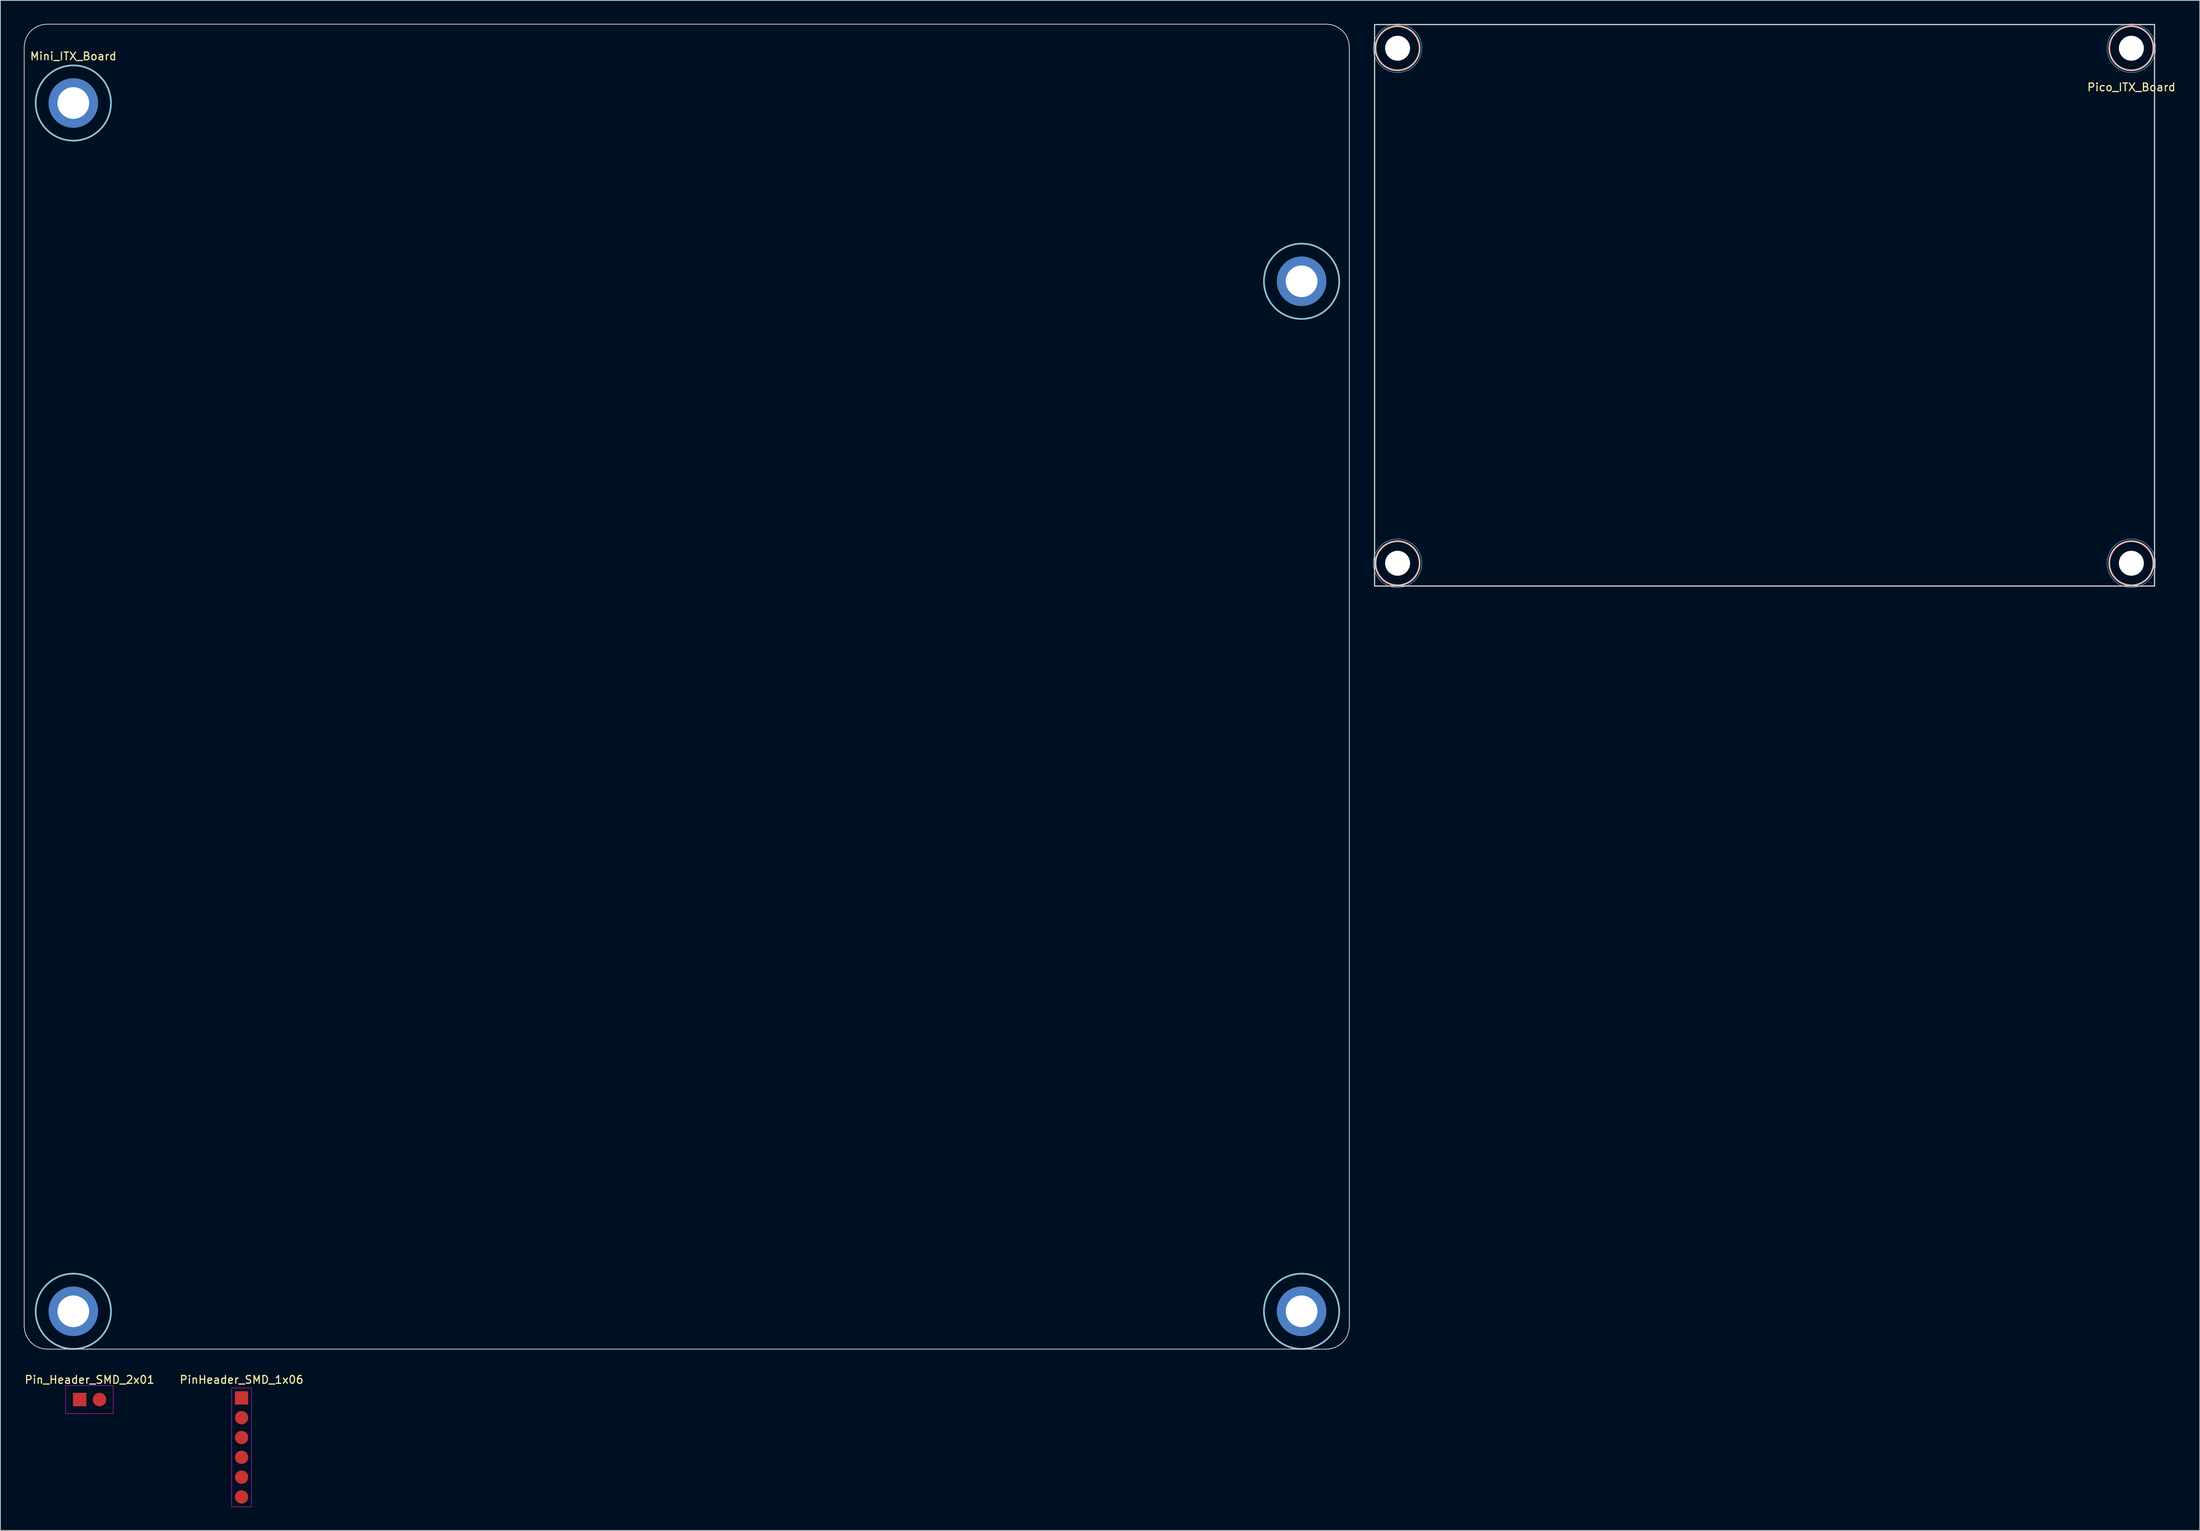
<source format=kicad_pcb>
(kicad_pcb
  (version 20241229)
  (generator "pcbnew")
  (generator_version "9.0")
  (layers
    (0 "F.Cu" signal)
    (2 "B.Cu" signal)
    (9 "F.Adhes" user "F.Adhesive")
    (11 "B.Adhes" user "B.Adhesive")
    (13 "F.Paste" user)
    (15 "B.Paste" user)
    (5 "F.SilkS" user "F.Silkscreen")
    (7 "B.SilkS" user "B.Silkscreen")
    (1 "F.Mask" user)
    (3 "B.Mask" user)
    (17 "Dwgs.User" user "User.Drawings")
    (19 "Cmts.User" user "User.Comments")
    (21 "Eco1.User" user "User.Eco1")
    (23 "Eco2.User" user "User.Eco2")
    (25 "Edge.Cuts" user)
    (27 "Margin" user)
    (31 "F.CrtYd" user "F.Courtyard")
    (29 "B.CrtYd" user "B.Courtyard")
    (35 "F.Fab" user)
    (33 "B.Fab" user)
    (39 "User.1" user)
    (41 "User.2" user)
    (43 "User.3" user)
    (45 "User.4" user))
  (footprint "Mini_ITX_Board"
    (layer "F.Cu")
    (at 6.35 10.16)
    (property "Reference" "Mini_ITX_Board" (at 0 -6 0) (layer "F.SilkS") (effects (font (size 1 1) (thickness 0.15))))
    (attr through_hole)
    (fp_circle (center 0 0) (end 4.826 0) (stroke (width 0.2) (type solid)) (fill no) (layer "F.SilkS"))
    (fp_circle (center 0 154.94) (end 0 159.766) (stroke (width 0.2) (type solid)) (fill no) (layer "F.SilkS"))
    (fp_circle (center 157.48 22.86) (end 157.48 27.686) (stroke (width 0.2) (type solid)) (fill no) (layer "F.SilkS"))
    (fp_circle (center 157.48 154.94) (end 157.48 159.766) (stroke (width 0.2) (type solid)) (fill no) (layer "F.SilkS"))
    (fp_circle (center 0 0) (end 4.826 0) (stroke (width 0.2) (type solid)) (fill no) (layer "B.SilkS"))
    (fp_circle (center 0 154.94) (end 0 159.766) (stroke (width 0.2) (type solid)) (fill no) (layer "B.SilkS"))
    (fp_circle (center 157.48 22.86) (end 157.48 27.686) (stroke (width 0.2) (type solid)) (fill no) (layer "B.SilkS"))
    (fp_circle (center 157.48 154.94) (end 157.48 159.766) (stroke (width 0.2) (type solid)) (fill no) (layer "B.SilkS"))
    (fp_line (start -6.3 -7.16) (end -6.241 -7.756) (stroke (width 0.1) (type solid)) (layer "Edge.Cuts"))
    (fp_line (start -6.3 156.84) (end -6.3 -7.16) (stroke (width 0.1) (type solid)) (layer "Edge.Cuts"))
    (fp_line (start -6.241 -7.756) (end -6.069 -8.311) (stroke (width 0.1) (type solid)) (layer "Edge.Cuts"))
    (fp_line (start -6.241 157.436) (end -6.3 156.84) (stroke (width 0.1) (type solid)) (layer "Edge.Cuts"))
    (fp_line (start -6.069 -8.311) (end -5.798 -8.812) (stroke (width 0.1) (type solid)) (layer "Edge.Cuts"))
    (fp_line (start -6.069 157.991) (end -6.241 157.436) (stroke (width 0.1) (type solid)) (layer "Edge.Cuts"))
    (fp_line (start -5.798 -8.812) (end -5.438 -9.248) (stroke (width 0.1) (type solid)) (layer "Edge.Cuts"))
    (fp_line (start -5.798 158.492) (end -6.069 157.991) (stroke (width 0.1) (type solid)) (layer "Edge.Cuts"))
    (fp_line (start -5.438 -9.248) (end -5.002 -9.608) (stroke (width 0.1) (type solid)) (layer "Edge.Cuts"))
    (fp_line (start -5.438 158.928) (end -5.798 158.492) (stroke (width 0.1) (type solid)) (layer "Edge.Cuts"))
    (fp_line (start -5.002 -9.608) (end -4.501 -9.879) (stroke (width 0.1) (type solid)) (layer "Edge.Cuts"))
    (fp_line (start -5.002 159.288) (end -5.438 158.928) (stroke (width 0.1) (type solid)) (layer "Edge.Cuts"))
    (fp_line (start -4.501 -9.879) (end -3.946 -10.051) (stroke (width 0.1) (type solid)) (layer "Edge.Cuts"))
    (fp_line (start -4.501 159.559) (end -5.002 159.288) (stroke (width 0.1) (type solid)) (layer "Edge.Cuts"))
    (fp_line (start -3.946 -10.051) (end -3.35 -10.11) (stroke (width 0.1) (type solid)) (layer "Edge.Cuts"))
    (fp_line (start -3.946 159.731) (end -4.501 159.559) (stroke (width 0.1) (type solid)) (layer "Edge.Cuts"))
    (fp_line (start -3.35 -10.11) (end 160.65 -10.11) (stroke (width 0.1) (type solid)) (layer "Edge.Cuts"))
    (fp_line (start -3.35 159.79) (end -3.946 159.731) (stroke (width 0.1) (type solid)) (layer "Edge.Cuts"))
    (fp_line (start 160.65 -10.11) (end 161.246 -10.051) (stroke (width 0.1) (type solid)) (layer "Edge.Cuts"))
    (fp_line (start 160.65 159.79) (end -3.35 159.79) (stroke (width 0.1) (type solid)) (layer "Edge.Cuts"))
    (fp_line (start 161.246 -10.051) (end 161.801 -9.879) (stroke (width 0.1) (type solid)) (layer "Edge.Cuts"))
    (fp_line (start 161.246 159.731) (end 160.65 159.79) (stroke (width 0.1) (type solid)) (layer "Edge.Cuts"))
    (fp_line (start 161.801 -9.879) (end 162.302 -9.608) (stroke (width 0.1) (type solid)) (layer "Edge.Cuts"))
    (fp_line (start 161.801 159.559) (end 161.246 159.731) (stroke (width 0.1) (type solid)) (layer "Edge.Cuts"))
    (fp_line (start 162.302 -9.608) (end 162.738 -9.248) (stroke (width 0.1) (type solid)) (layer "Edge.Cuts"))
    (fp_line (start 162.302 159.288) (end 161.801 159.559) (stroke (width 0.1) (type solid)) (layer "Edge.Cuts"))
    (fp_line (start 162.738 -9.248) (end 163.098 -8.812) (stroke (width 0.1) (type solid)) (layer "Edge.Cuts"))
    (fp_line (start 162.738 158.928) (end 162.302 159.288) (stroke (width 0.1) (type solid)) (layer "Edge.Cuts"))
    (fp_line (start 163.098 -8.812) (end 163.369 -8.311) (stroke (width 0.1) (type solid)) (layer "Edge.Cuts"))
    (fp_line (start 163.098 158.492) (end 162.738 158.928) (stroke (width 0.1) (type solid)) (layer "Edge.Cuts"))
    (fp_line (start 163.369 -8.311) (end 163.541 -7.756) (stroke (width 0.1) (type solid)) (layer "Edge.Cuts"))
    (fp_line (start 163.369 157.991) (end 163.098 158.492) (stroke (width 0.1) (type solid)) (layer "Edge.Cuts"))
    (fp_line (start 163.541 -7.756) (end 163.6 -7.16) (stroke (width 0.1) (type solid)) (layer "Edge.Cuts"))
    (fp_line (start 163.541 157.436) (end 163.369 157.991) (stroke (width 0.1) (type solid)) (layer "Edge.Cuts"))
    (fp_line (start 163.6 -7.16) (end 163.6 156.84) (stroke (width 0.1) (type solid)) (layer "Edge.Cuts"))
    (fp_line (start 163.6 156.84) (end 163.541 157.436) (stroke (width 0.1) (type solid)) (layer "Edge.Cuts"))
    (fp_circle (center 0 0) (end 4.826 0) (stroke (width 0.1) (type solid)) (fill no) (layer "B.CrtYd"))
    (fp_circle (center 0 154.94) (end 0 159.766) (stroke (width 0.1) (type solid)) (fill no) (layer "B.CrtYd"))
    (fp_circle (center 157.48 22.86) (end 157.48 27.686) (stroke (width 0.1) (type solid)) (fill no) (layer "B.CrtYd"))
    (fp_circle (center 157.48 154.94) (end 157.48 159.766) (stroke (width 0.1) (type solid)) (fill no) (layer "B.CrtYd"))
    (fp_circle (center 0 0) (end 4.826 0) (stroke (width 0.1) (type solid)) (fill no) (layer "F.CrtYd"))
    (fp_circle (center 0 154.94) (end 0 159.766) (stroke (width 0.1) (type solid)) (fill no) (layer "F.CrtYd"))
    (fp_circle (center 157.48 22.86) (end 157.48 27.686) (stroke (width 0.1) (type solid)) (fill no) (layer "F.CrtYd"))
    (fp_circle (center 157.48 154.94) (end 157.48 159.766) (stroke (width 0.1) (type solid)) (fill no) (layer "F.CrtYd"))
    (pad "" np_thru_hole circle (at 0 0) (size 6.35 6.35) (drill 4.064) (layers "*.Cu" "*.Mask"))
    (pad "" np_thru_hole circle (at 0 154.94) (size 6.35 6.35) (drill 4.064) (layers "*.Cu" "*.Mask"))
    (pad "" np_thru_hole circle (at 157.48 22.86) (size 6.35 6.35) (drill 4.064) (layers "*.Cu" "*.Mask"))
    (pad "" np_thru_hole circle (at 157.48 154.94) (size 6.35 6.35) (drill 4.064) (layers "*.Cu" "*.Mask")))
  (footprint "Pico_ITX_Board"
    (layer "F.Cu")
    (at 270.217 3.136)
    (property "Reference" "Pico_ITX_Board" (at 0 5 0) (layer "F.SilkS") (effects (font (size 1 1) (thickness 0.15))))
    (attr through_hole)
    (fp_circle (center -94.08 0) (end -92.08 2) (stroke (width 0.2) (type solid)) (fill no) (layer "F.SilkS"))
    (fp_circle (center -94.08 66.04) (end -92.08 68.04) (stroke (width 0.2) (type solid)) (fill no) (layer "F.SilkS"))
    (fp_circle (center 0 0) (end 2 2) (stroke (width 0.2) (type solid)) (fill no) (layer "F.SilkS"))
    (fp_circle (center 0 66.04) (end 2 68.04) (stroke (width 0.2) (type solid)) (fill no) (layer "F.SilkS"))
    (fp_circle (center -94.08 0) (end -92.08 2) (stroke (width 0.2) (type solid)) (fill no) (layer "B.SilkS"))
    (fp_circle (center -94.08 66.04) (end -92.08 68.04) (stroke (width 0.2) (type solid)) (fill no) (layer "B.SilkS"))
    (fp_circle (center 0 0) (end 2 2) (stroke (width 0.2) (type solid)) (fill no) (layer "B.SilkS"))
    (fp_circle (center 0 66.04) (end 2 68.04) (stroke (width 0.2) (type solid)) (fill no) (layer "B.SilkS"))
    (fp_line (start -97.03 -3.04) (end 2.97 -3.04) (stroke (width 0.15) (type solid)) (layer "Edge.Cuts"))
    (fp_line (start -97.03 68.96) (end -97.03 -3.04) (stroke (width 0.15) (type solid)) (layer "Edge.Cuts"))
    (fp_line (start 2.97 -3.04) (end 2.97 68.96) (stroke (width 0.15) (type solid)) (layer "Edge.Cuts"))
    (fp_line (start 2.97 68.96) (end -97.03 68.96) (stroke (width 0.15) (type solid)) (layer "Edge.Cuts"))
    (fp_circle (center -94.08 0) (end -91.88 2.2) (stroke (width 0.05) (type solid)) (fill no) (layer "B.CrtYd"))
    (fp_circle (center -94.08 66.04) (end -91.88 68.24) (stroke (width 0.05) (type solid)) (fill no) (layer "B.CrtYd"))
    (fp_circle (center 0 0) (end 2.2 2.2) (stroke (width 0.05) (type solid)) (fill no) (layer "B.CrtYd"))
    (fp_circle (center 0 66.04) (end 2.2 68.24) (stroke (width 0.05) (type solid)) (fill no) (layer "B.CrtYd"))
    (fp_circle (center -94.08 0) (end -91.88 2.2) (stroke (width 0.05) (type solid)) (fill no) (layer "F.CrtYd"))
    (fp_circle (center -94.08 66.04) (end -91.88 68.24) (stroke (width 0.05) (type solid)) (fill no) (layer "F.CrtYd"))
    (fp_circle (center 0 0) (end 2.2 2.2) (stroke (width 0.05) (type solid)) (fill no) (layer "F.CrtYd"))
    (fp_circle (center 0 66.04) (end 2.2 68.24) (stroke (width 0.05) (type solid)) (fill no) (layer "F.CrtYd"))
    (pad "" np_thru_hole circle (at -94.08 0 90) (size 3.2 3.2) (drill 3.2) (layers "*.Cu" "*.Mask"))
    (pad "" np_thru_hole circle (at -94.08 66.04 90) (size 3.2 3.2) (drill 3.2) (layers "*.Cu" "*.Mask"))
    (pad "" np_thru_hole circle (at 0 0 90) (size 3.2 3.2) (drill 3.2) (layers "*.Cu" "*.Mask"))
    (pad "" np_thru_hole circle (at 0 66.04 90) (size 3.2 3.2) (drill 3.2) (layers "*.Cu" "*.Mask")))
  (footprint "Pin_Header_SMD_2x01"
    (layer "F.Cu")
    (at 7.165 176.415)
    (property "Reference" "Pin_Header_SMD_2x01" (at 1.27 -2.54 0) (layer "F.SilkS") (effects (font (size 1 1) (thickness 0.15))))
    (attr through_hole)
    (fp_line (start -1.8 -1.8) (end -1.8 1.8) (stroke (width 0.05) (type solid)) (layer "F.CrtYd"))
    (fp_line (start -1.8 -1.8) (end 4.3 -1.8) (stroke (width 0.05) (type solid)) (layer "F.CrtYd"))
    (fp_line (start -1.8 1.8) (end 4.3 1.8) (stroke (width 0.05) (type solid)) (layer "F.CrtYd"))
    (fp_line (start 4.3 -1.8) (end 4.3 1.8) (stroke (width 0.05) (type solid)) (layer "F.CrtYd"))
    (pad "1" smd rect (at 0 0) (size 1.727 1.727) (layers "F.Cu" "F.Mask" "F.Paste"))
    (pad "2" smd oval (at 2.54 0) (size 1.727 1.727) (layers "F.Cu" "F.Mask" "F.Paste")))
  (footprint "PinHeader_SMD_1x06"
    (layer "F.Cu")
    (at 27.923 176.205)
    (property "Reference" "PinHeader_SMD_1x06" (at 0 -2.33 0) (layer "F.SilkS") (effects (font (size 1 1) (thickness 0.15))))
    (attr through_hole)
    (fp_line (start -1.27 -1.27) (end -1.27 13.97) (stroke (width 0.05) (type solid)) (layer "F.CrtYd"))
    (fp_line (start -1.27 13.97) (end 1.27 13.97) (stroke (width 0.05) (type solid)) (layer "F.CrtYd"))
    (fp_line (start 1.27 -1.27) (end -1.27 -1.27) (stroke (width 0.05) (type solid)) (layer "F.CrtYd"))
    (fp_line (start 1.27 13.97) (end 1.27 -1.27) (stroke (width 0.05) (type solid)) (layer "F.CrtYd"))
    (pad "1" smd rect (at 0 0) (size 1.7 1.7) (layers "F.Cu" "F.Mask" "F.Paste"))
    (pad "2" smd oval (at 0 2.54) (size 1.7 1.7) (layers "F.Cu" "F.Mask" "F.Paste"))
    (pad "3" smd oval (at 0 5.08) (size 1.7 1.7) (layers "F.Cu" "F.Mask" "F.Paste"))
    (pad "4" smd oval (at 0 7.62) (size 1.7 1.7) (layers "F.Cu" "F.Mask" "F.Paste"))
    (pad "5" smd oval (at 0 10.16) (size 1.7 1.7) (layers "F.Cu" "F.Mask" "F.Paste"))
    (pad "6" smd oval (at 0 12.7) (size 1.7 1.7) (layers "F.Cu" "F.Mask" "F.Paste")))
  (gr_rect
    (start -3 -3)
    (end 278.985 193.2)
    (stroke (width 0.1) (type default))
    (fill no)
    (layer "Edge.Cuts")))
</source>
